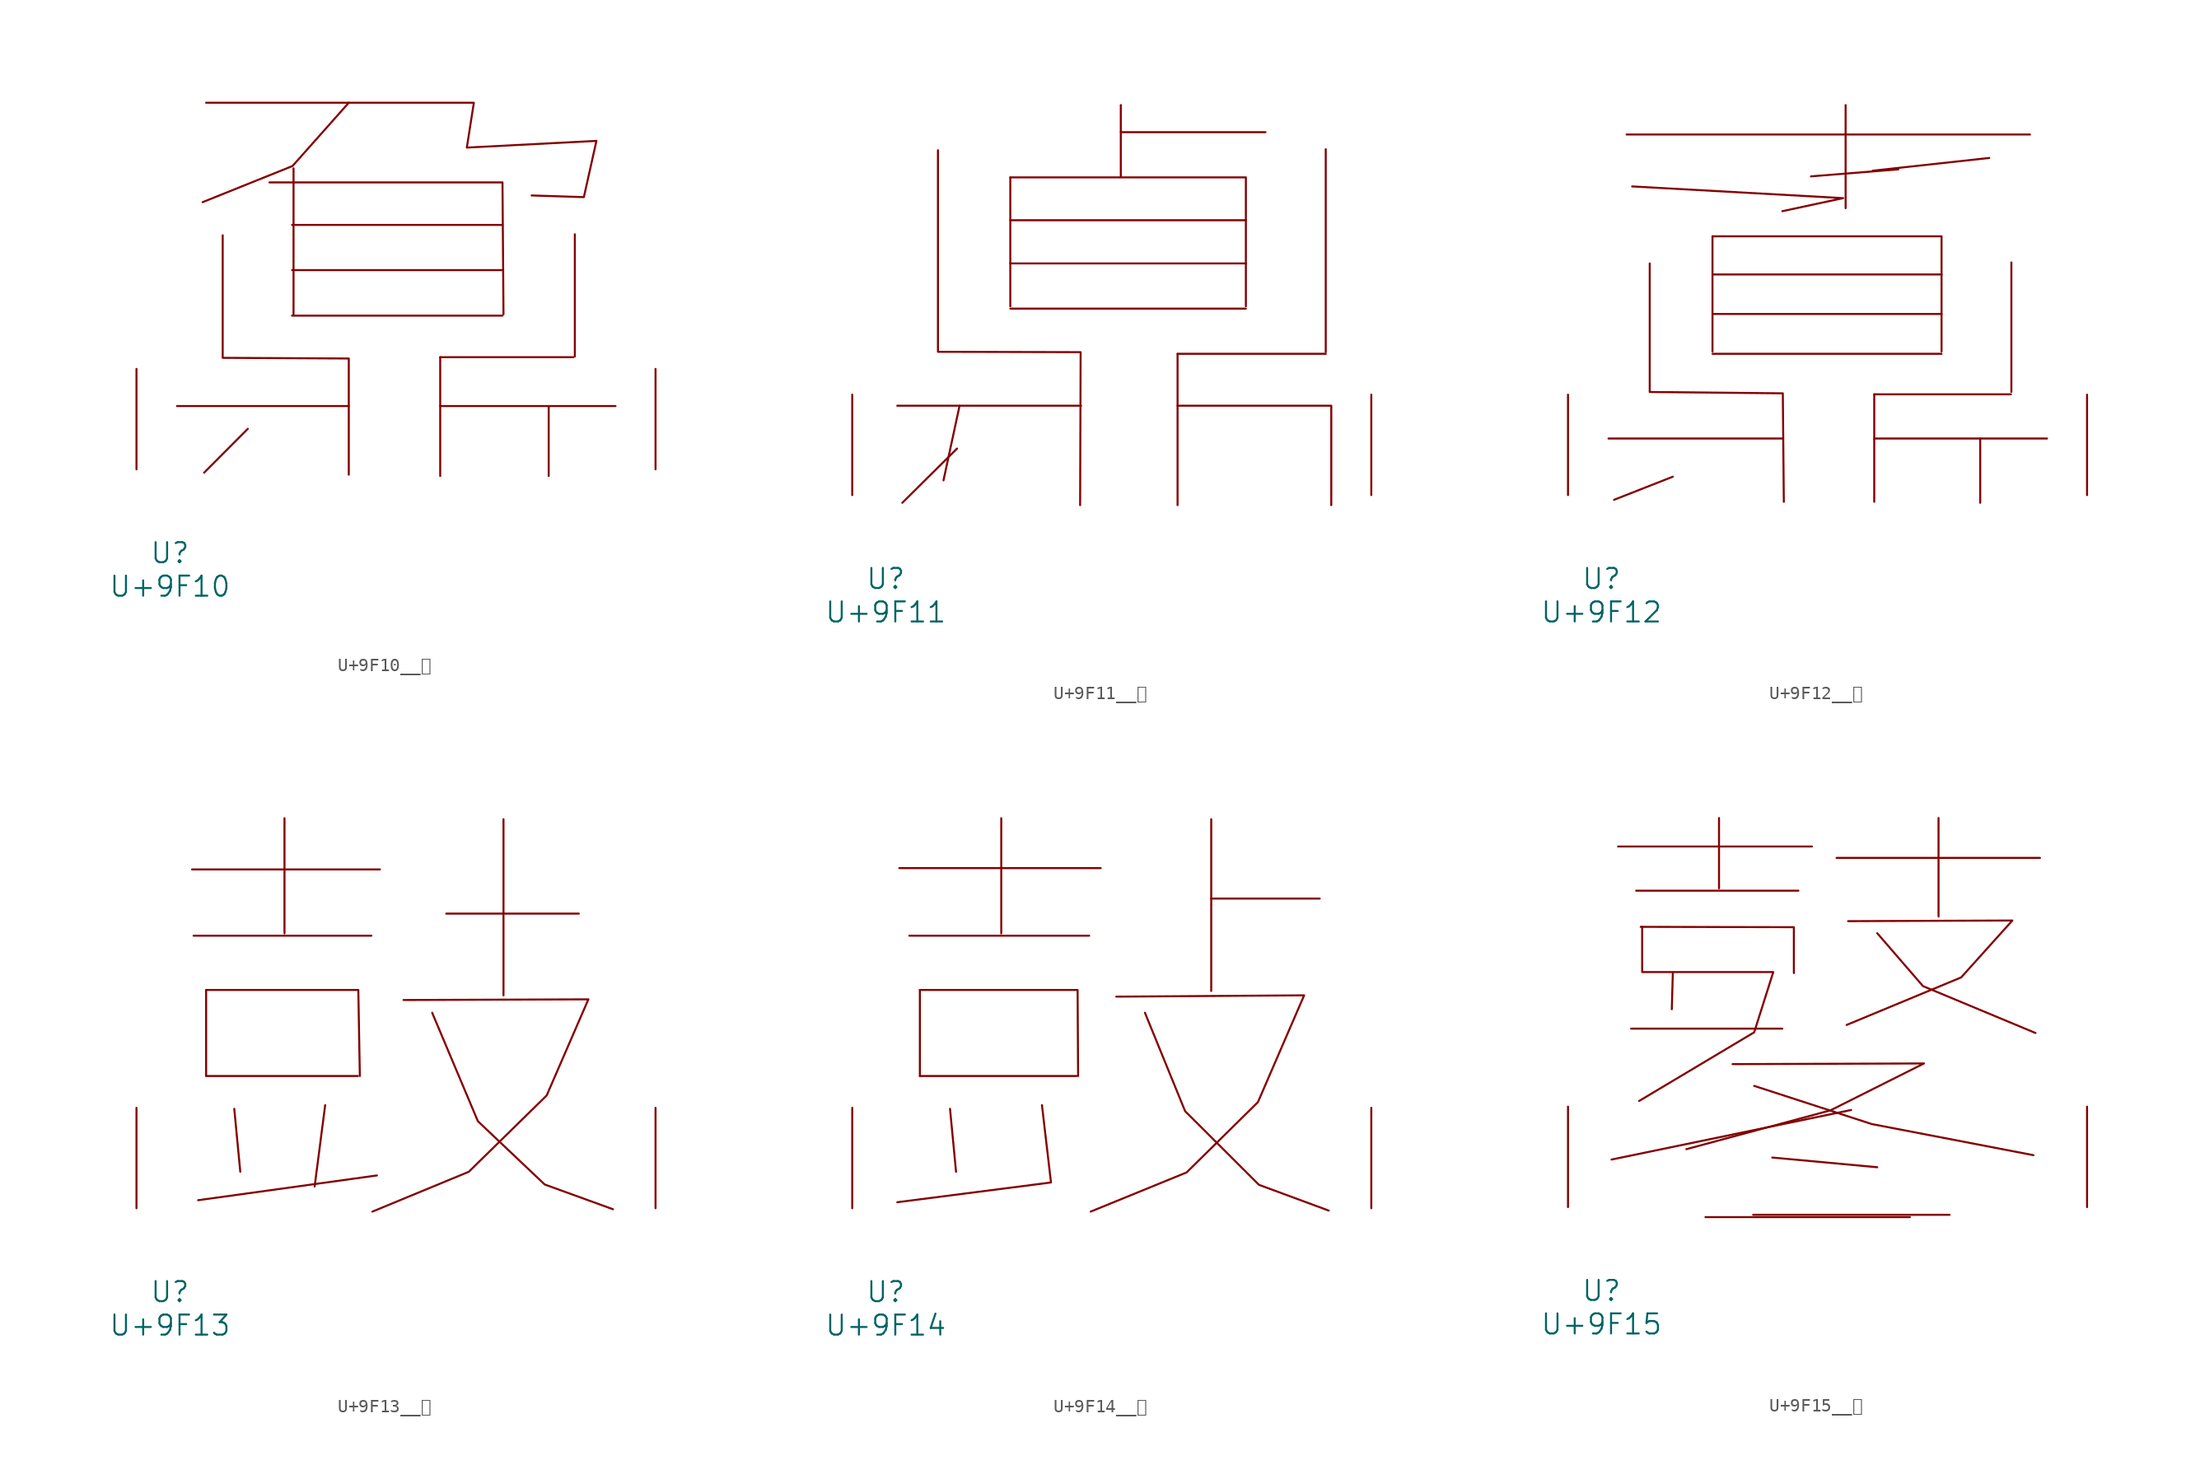
<source format=kicad_sym>
(kicad_symbol_lib
  (version 20231120)
  (generator "kicad_symbol_editor")
  (generator_version "8.0")
  (symbol "U+9F10__鼐"
    (pin_names
      (offset 1.016))
    (property "Reference" "U"
      (at 0 -6.35 0)
      (effects (font (size 1.524 1.524))))
    (property "Value" "U+9F10"
      (at 0 -8.89 0)
      (effects (font (size 1.524 1.524))))
    (symbol "U+9F10__鼐_0_1"
      (polyline (pts (xy 0.533 4.801) (xy 13.564 4.801)) (stroke (width 0) (type solid)) (fill (type none)))
      (polyline (pts (xy 5.905 3.073) (xy 2.591 -0.254)) (stroke (width 0) (type solid)) (fill (type none)))
      (polyline (pts (xy 9.258 11.659) (xy 25.222 11.659)) (stroke (width 0) (type solid)) (fill (type none)))
      (polyline (pts (xy 9.258 15.113) (xy 25.222 15.113)) (stroke (width 0) (type solid)) (fill (type none)))
      (polyline (pts (xy 9.258 18.542) (xy 25.222 18.542)) (stroke (width 0) (type solid)) (fill (type none)))
      (polyline (pts (xy 9.373 22.835) (xy 9.373 11.76)) (stroke (width 0) (type solid)) (fill (type none)))
      (polyline (pts (xy 20.498 4.801) (xy 33.795 4.801)) (stroke (width 0) (type solid)) (fill (type none)))
      (polyline (pts (xy 20.498 8.509) (xy 20.498 -0.508)) (stroke (width 0) (type solid)) (fill (type none)))
      (polyline (pts (xy 20.498 8.509) (xy 30.594 8.509)) (stroke (width 0) (type solid)) (fill (type none)))
      (polyline (pts (xy 28.727 4.801) (xy 28.727 -0.508)) (stroke (width 0) (type solid)) (fill (type none)))
      (polyline (pts (xy 30.709 17.831) (xy 30.709 8.56)) (stroke (width 0) (type solid)) (fill (type none)))
      (polyline (pts (xy 7.544 21.768) (xy 25.222 21.768) (xy 25.298 11.76)) (stroke (width 0) (type solid)) (fill (type none)))
      (polyline (pts (xy 13.564 27.813) (xy 9.296 23.012) (xy 2.477 20.269)) (stroke (width 0) (type solid)) (fill (type none)))
      (polyline (pts (xy 4 17.755) (xy 4 8.458) (xy 13.564 8.407) (xy 13.564 -0.406)) (stroke (width 0) (type solid)) (fill (type none)))
      (polyline (pts (xy 2.743 27.813) (xy 23.05 27.813) (xy 22.517 24.409) (xy 32.347 24.917) (xy 31.394 20.65) (xy 27.432 20.777)) (stroke (width 0) (type solid)) (fill (type none)))
      (pin input line (at -2.54 0 90) (length 7.62) (name "~" (effects (font (size 1.27 1.27)))) (number "~" (effects (font (size 1.27 1.27)))))
      (pin input line (at 36.83 0 90) (length 7.62) (name "~" (effects (font (size 1.27 1.27)))) (number "~" (effects (font (size 1.27 1.27)))))))
  (symbol "U+9F11__鼑"
    (pin_names
      (offset 1.016))
    (property "Reference" "U"
      (at 0 -6.35 0)
      (effects (font (size 1.524 1.524))))
    (property "Value" "U+9F11"
      (at 0 -8.89 0)
      (effects (font (size 1.524 1.524))))
    (symbol "U+9F11__鼑_0_1"
      (polyline (pts (xy 0.876 6.782) (xy 14.821 6.782)) (stroke (width 0) (type solid)) (fill (type none)))
      (polyline (pts (xy 5.41 3.531) (xy 1.257 -0.584)) (stroke (width 0) (type solid)) (fill (type none)))
      (polyline (pts (xy 5.601 6.782) (xy 4.381 1.118)) (stroke (width 0) (type solid)) (fill (type none)))
      (polyline (pts (xy 9.449 14.148) (xy 27.318 14.148)) (stroke (width 0) (type solid)) (fill (type none)))
      (polyline (pts (xy 9.449 17.577) (xy 27.318 17.577)) (stroke (width 0) (type solid)) (fill (type none)))
      (polyline (pts (xy 9.449 20.853) (xy 27.318 20.853)) (stroke (width 0) (type solid)) (fill (type none)))
      (polyline (pts (xy 9.449 24.105) (xy 9.449 14.326)) (stroke (width 0) (type solid)) (fill (type none)))
      (polyline (pts (xy 17.831 27.534) (xy 28.804 27.534)) (stroke (width 0) (type solid)) (fill (type none)))
      (polyline (pts (xy 17.831 29.591) (xy 17.831 24.181)) (stroke (width 0) (type solid)) (fill (type none)))
      (polyline (pts (xy 22.136 10.719) (xy 22.136 -0.762)) (stroke (width 0) (type solid)) (fill (type none)))
      (polyline (pts (xy 22.136 10.719) (xy 33.376 10.719)) (stroke (width 0) (type solid)) (fill (type none)))
      (polyline (pts (xy 33.376 26.238) (xy 33.376 10.846)) (stroke (width 0) (type solid)) (fill (type none)))
      (polyline (pts (xy 9.449 24.105) (xy 27.318 24.105) (xy 27.318 14.326)) (stroke (width 0) (type solid)) (fill (type none)))
      (polyline (pts (xy 22.136 6.782) (xy 33.795 6.782) (xy 33.795 -0.762)) (stroke (width 0) (type solid)) (fill (type none)))
      (polyline (pts (xy 3.962 26.162) (xy 3.962 10.871) (xy 14.783 10.846) (xy 14.745 -0.762)) (stroke (width 0) (type solid)) (fill (type none)))
      (pin input line (at -2.54 0 90) (length 7.62) (name "~" (effects (font (size 1.27 1.27)))) (number "~" (effects (font (size 1.27 1.27)))))
      (pin input line (at 36.83 0 90) (length 7.62) (name "~" (effects (font (size 1.27 1.27)))) (number "~" (effects (font (size 1.27 1.27)))))))
  (symbol "U+9F12__鼒"
    (pin_names
      (offset 1.016))
    (property "Reference" "U"
      (at 0 -6.35 0)
      (effects (font (size 1.524 1.524))))
    (property "Value" "U+9F12"
      (at 0 -8.89 0)
      (effects (font (size 1.524 1.524))))
    (symbol "U+9F12__鼒_0_1"
      (polyline (pts (xy 0.533 4.293) (xy 13.716 4.293)) (stroke (width 0) (type solid)) (fill (type none)))
      (polyline (pts (xy 1.905 27.356) (xy 32.499 27.356)) (stroke (width 0) (type solid)) (fill (type none)))
      (polyline (pts (xy 5.41 1.397) (xy 0.953 -0.356)) (stroke (width 0) (type solid)) (fill (type none)))
      (polyline (pts (xy 8.42 10.719) (xy 25.794 10.719)) (stroke (width 0) (type solid)) (fill (type none)))
      (polyline (pts (xy 8.42 13.741) (xy 25.794 13.741)) (stroke (width 0) (type solid)) (fill (type none)))
      (polyline (pts (xy 8.42 16.739) (xy 25.794 16.739)) (stroke (width 0) (type solid)) (fill (type none)))
      (polyline (pts (xy 8.42 19.634) (xy 8.42 10.897)) (stroke (width 0) (type solid)) (fill (type none)))
      (polyline (pts (xy 18.517 29.591) (xy 18.517 21.768)) (stroke (width 0) (type solid)) (fill (type none)))
      (polyline (pts (xy 20.688 4.293) (xy 33.795 4.293)) (stroke (width 0) (type solid)) (fill (type none)))
      (polyline (pts (xy 20.688 7.645) (xy 20.688 -0.508)) (stroke (width 0) (type solid)) (fill (type none)))
      (polyline (pts (xy 20.688 7.645) (xy 31.052 7.645)) (stroke (width 0) (type solid)) (fill (type none)))
      (polyline (pts (xy 22.517 24.714) (xy 15.888 24.181)) (stroke (width 0) (type solid)) (fill (type none)))
      (polyline (pts (xy 28.727 4.293) (xy 28.727 -0.584)) (stroke (width 0) (type solid)) (fill (type none)))
      (polyline (pts (xy 29.413 25.578) (xy 20.574 24.613)) (stroke (width 0) (type solid)) (fill (type none)))
      (polyline (pts (xy 31.09 17.653) (xy 31.09 7.823)) (stroke (width 0) (type solid)) (fill (type none)))
      (polyline (pts (xy 2.324 23.419) (xy 18.326 22.53) (xy 13.716 21.539)) (stroke (width 0) (type solid)) (fill (type none)))
      (polyline (pts (xy 8.42 19.634) (xy 25.794 19.634) (xy 25.794 10.897)) (stroke (width 0) (type solid)) (fill (type none)))
      (polyline (pts (xy 3.658 17.577) (xy 3.658 7.823) (xy 13.754 7.722) (xy 13.83 -0.508)) (stroke (width 0) (type solid)) (fill (type none)))
      (pin input line (at -2.54 0 90) (length 7.62) (name "~" (effects (font (size 1.27 1.27)))) (number "~" (effects (font (size 1.27 1.27)))))
      (pin input line (at 36.83 0 90) (length 7.62) (name "~" (effects (font (size 1.27 1.27)))) (number "~" (effects (font (size 1.27 1.27)))))))
  (symbol "U+9F13__鼓"
    (pin_names
      (offset 1.016))
    (property "Reference" "U"
      (at 0 -6.35 0)
      (effects (font (size 1.524 1.524))))
    (property "Value" "U+9F13"
      (at 0 -8.89 0)
      (effects (font (size 1.524 1.524))))
    (symbol "U+9F13__鼓_0_1"
      (polyline (pts (xy 1.676 25.705) (xy 15.926 25.705)) (stroke (width 0) (type solid)) (fill (type none)))
      (polyline (pts (xy 1.791 20.676) (xy 15.278 20.676)) (stroke (width 0) (type solid)) (fill (type none)))
      (polyline (pts (xy 2.743 10.033) (xy 14.249 10.033)) (stroke (width 0) (type solid)) (fill (type none)))
      (polyline (pts (xy 2.743 16.561) (xy 2.743 10.033)) (stroke (width 0) (type solid)) (fill (type none)))
      (polyline (pts (xy 4.877 7.544) (xy 5.334 2.769)) (stroke (width 0) (type solid)) (fill (type none)))
      (polyline (pts (xy 8.687 29.591) (xy 8.687 20.853)) (stroke (width 0) (type solid)) (fill (type none)))
      (polyline (pts (xy 11.773 7.823) (xy 10.973 1.651)) (stroke (width 0) (type solid)) (fill (type none)))
      (polyline (pts (xy 15.697 2.489) (xy 2.134 0.61)) (stroke (width 0) (type solid)) (fill (type none)))
      (polyline (pts (xy 20.955 22.352) (xy 31.013 22.352)) (stroke (width 0) (type solid)) (fill (type none)))
      (polyline (pts (xy 25.298 29.515) (xy 25.298 16.154)) (stroke (width 0) (type solid)) (fill (type none)))
      (polyline (pts (xy 2.743 16.561) (xy 14.287 16.561) (xy 14.402 10.033)) (stroke (width 0) (type solid)) (fill (type none)))
      (polyline (pts (xy 19.888 14.834) (xy 23.355 6.604) (xy 28.423 1.803) (xy 33.604 -0.076)) (stroke (width 0) (type solid)) (fill (type none)))
      (polyline (pts (xy 17.716 15.799) (xy 31.737 15.85) (xy 28.575 8.56) (xy 22.669 2.769) (xy 15.354 -0.254)) (stroke (width 0) (type solid)) (fill (type none)))
      (pin input line (at -2.54 0 90) (length 7.62) (name "~" (effects (font (size 1.27 1.27)))) (number "~" (effects (font (size 1.27 1.27)))))
      (pin input line (at 36.83 0 90) (length 7.62) (name "~" (effects (font (size 1.27 1.27)))) (number "~" (effects (font (size 1.27 1.27)))))))
  (symbol "U+9F14__鼔"
    (pin_names
      (offset 1.016))
    (property "Reference" "U"
      (at 0 -6.35 0)
      (effects (font (size 1.524 1.524))))
    (property "Value" "U+9F14"
      (at 0 -8.89 0)
      (effects (font (size 1.524 1.524))))
    (symbol "U+9F14__鼔_0_1"
      (polyline (pts (xy 1.029 25.806) (xy 16.307 25.806)) (stroke (width 0) (type solid)) (fill (type none)))
      (polyline (pts (xy 1.791 20.676) (xy 15.431 20.676)) (stroke (width 0) (type solid)) (fill (type none)))
      (polyline (pts (xy 2.591 10.033) (xy 14.478 10.033)) (stroke (width 0) (type solid)) (fill (type none)))
      (polyline (pts (xy 2.591 16.561) (xy 2.591 10.033)) (stroke (width 0) (type solid)) (fill (type none)))
      (polyline (pts (xy 4.877 7.544) (xy 5.334 2.769)) (stroke (width 0) (type solid)) (fill (type none)))
      (polyline (pts (xy 8.763 29.591) (xy 8.763 20.853)) (stroke (width 0) (type solid)) (fill (type none)))
      (polyline (pts (xy 24.689 23.495) (xy 32.918 23.495)) (stroke (width 0) (type solid)) (fill (type none)))
      (polyline (pts (xy 24.689 29.515) (xy 24.689 16.485)) (stroke (width 0) (type solid)) (fill (type none)))
      (polyline (pts (xy 2.591 16.561) (xy 14.554 16.561) (xy 14.592 10.033)) (stroke (width 0) (type solid)) (fill (type none)))
      (polyline (pts (xy 11.849 7.823) (xy 12.535 1.956) (xy 0.876 0.457)) (stroke (width 0) (type solid)) (fill (type none)))
      (polyline (pts (xy 19.66 14.834) (xy 22.708 7.366) (xy 28.308 1.778) (xy 33.604 -0.178)) (stroke (width 0) (type solid)) (fill (type none)))
      (polyline (pts (xy 17.488 16.053) (xy 31.737 16.154) (xy 28.232 8.052) (xy 22.822 2.718) (xy 15.545 -0.254)) (stroke (width 0) (type solid)) (fill (type none)))
      (pin input line (at -2.54 0 90) (length 7.62) (name "~" (effects (font (size 1.27 1.27)))) (number "~" (effects (font (size 1.27 1.27)))))
      (pin input line (at 36.83 0 90) (length 7.62) (name "~" (effects (font (size 1.27 1.27)))) (number "~" (effects (font (size 1.27 1.27)))))))
  (symbol "U+9F15__鼕"
    (pin_names
      (offset 1.016))
    (property "Reference" "U"
      (at 0 -6.35 0)
      (effects (font (size 1.524 1.524))))
    (property "Value" "U+9F15"
      (at 0 -8.89 0)
      (effects (font (size 1.524 1.524))))
    (symbol "U+9F15__鼕_0_1"
      (polyline (pts (xy 1.257 27.356) (xy 15.964 27.356)) (stroke (width 0) (type solid)) (fill (type none)))
      (polyline (pts (xy 2.248 13.538) (xy 13.716 13.538)) (stroke (width 0) (type solid)) (fill (type none)))
      (polyline (pts (xy 2.629 24.003) (xy 14.935 24.003)) (stroke (width 0) (type solid)) (fill (type none)))
      (polyline (pts (xy 5.41 17.755) (xy 5.334 15.011)) (stroke (width 0) (type solid)) (fill (type none)))
      (polyline (pts (xy 7.887 -0.762) (xy 23.393 -0.762)) (stroke (width 0) (type solid)) (fill (type none)))
      (polyline (pts (xy 8.915 29.515) (xy 8.915 24.181)) (stroke (width 0) (type solid)) (fill (type none)))
      (polyline (pts (xy 11.506 -0.584) (xy 26.403 -0.584)) (stroke (width 0) (type solid)) (fill (type none)))
      (polyline (pts (xy 12.954 3.759) (xy 20.917 3.023)) (stroke (width 0) (type solid)) (fill (type none)))
      (polyline (pts (xy 17.831 26.492) (xy 33.261 26.492)) (stroke (width 0) (type solid)) (fill (type none)))
      (polyline (pts (xy 18.936 7.366) (xy 0.762 3.607)) (stroke (width 0) (type solid)) (fill (type none)))
      (polyline (pts (xy 25.565 29.515) (xy 25.565 22.047)) (stroke (width 0) (type solid)) (fill (type none)))
      (polyline (pts (xy 2.972 21.26) (xy 14.592 21.234) (xy 14.592 17.755)) (stroke (width 0) (type solid)) (fill (type none)))
      (polyline (pts (xy 11.582 9.195) (xy 20.498 6.299) (xy 32.766 3.937)) (stroke (width 0) (type solid)) (fill (type none)))
      (polyline (pts (xy 20.917 20.777) (xy 24.384 16.764) (xy 32.918 13.208)) (stroke (width 0) (type solid)) (fill (type none)))
      (polyline (pts (xy 9.944 10.846) (xy 24.46 10.897) (xy 17.374 7.341) (xy 6.439 4.394)) (stroke (width 0) (type solid)) (fill (type none)))
      (polyline (pts (xy 18.707 21.692) (xy 31.166 21.742) (xy 27.28 17.424) (xy 18.593 13.818)) (stroke (width 0) (type solid)) (fill (type none)))
      (polyline (pts (xy 3.086 21.26) (xy 3.086 17.831) (xy 13.03 17.831) (xy 11.582 13.259) (xy 2.857 8.052)) (stroke (width 0) (type solid)) (fill (type none)))
      (pin input line (at -2.54 0 90) (length 7.62) (name "~" (effects (font (size 1.27 1.27)))) (number "~" (effects (font (size 1.27 1.27)))))
      (pin input line (at 36.83 0 90) (length 7.62) (name "~" (effects (font (size 1.27 1.27)))) (number "~" (effects (font (size 1.27 1.27))))))))
</source>
